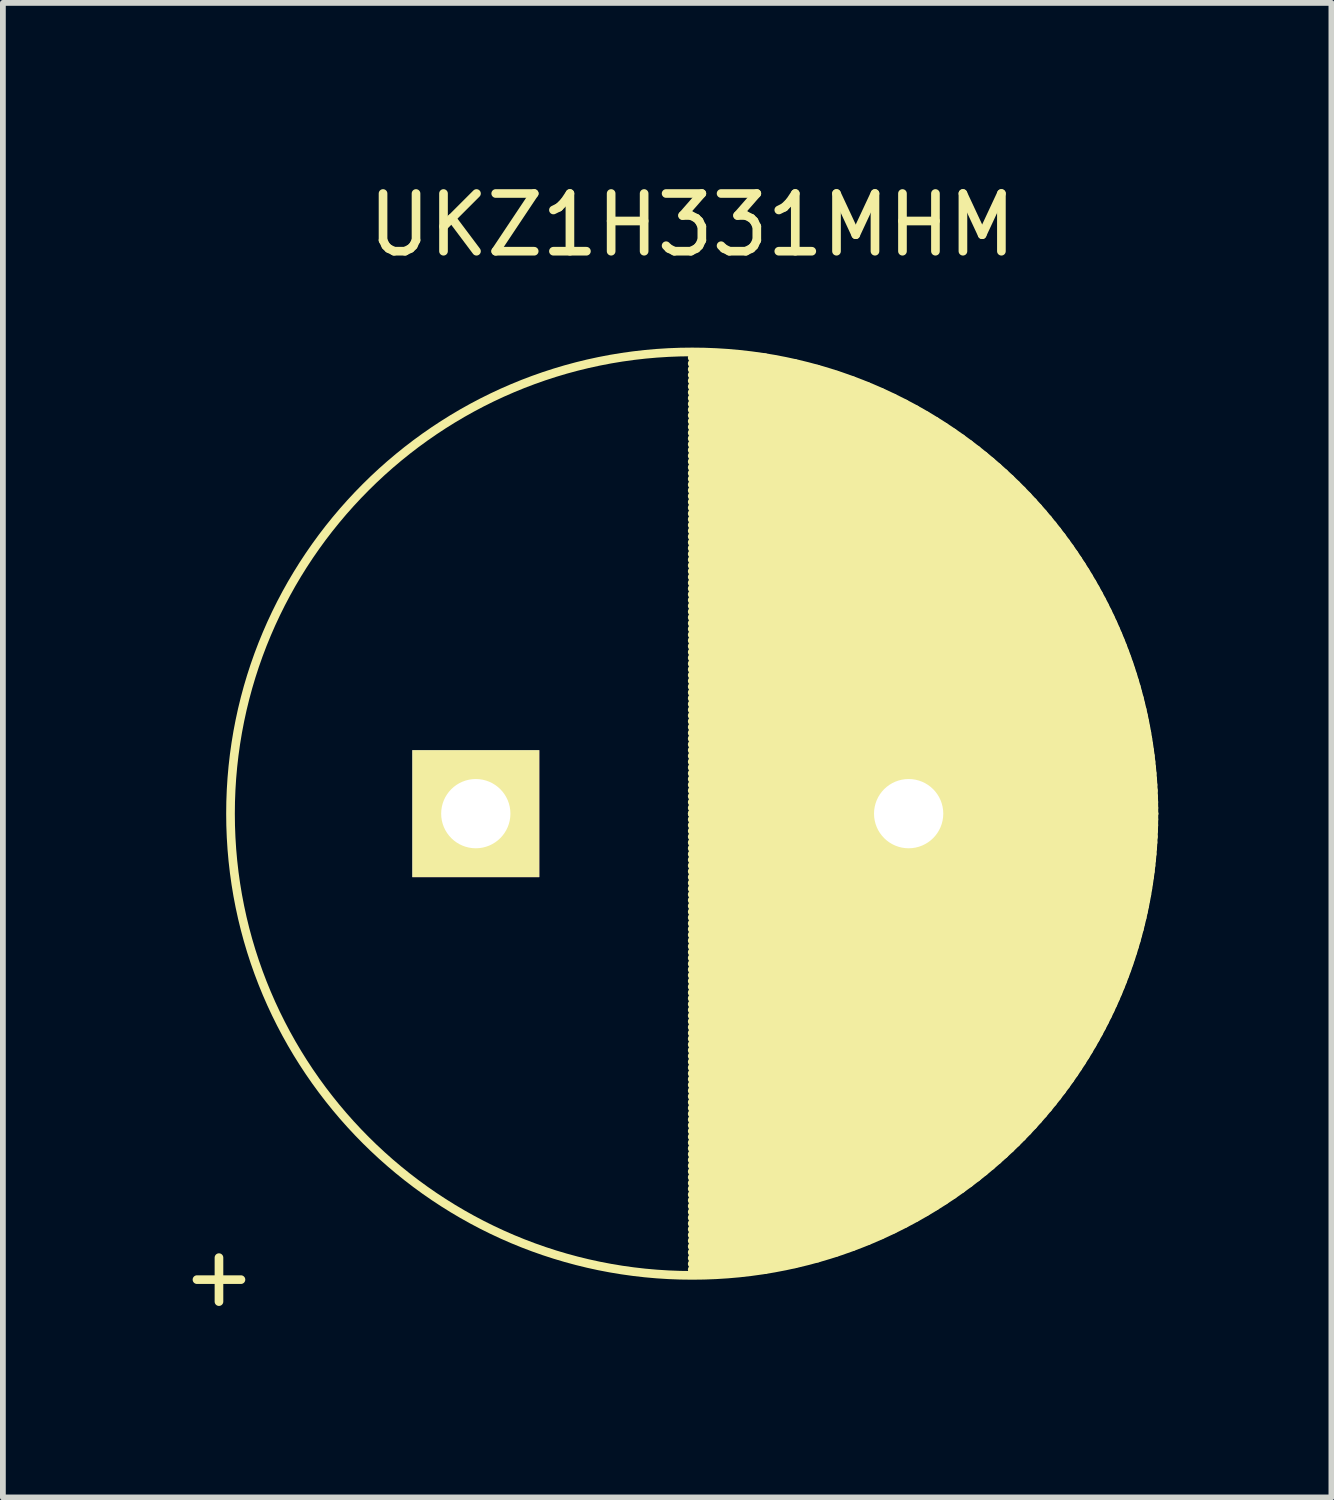
<source format=kicad_pcb>
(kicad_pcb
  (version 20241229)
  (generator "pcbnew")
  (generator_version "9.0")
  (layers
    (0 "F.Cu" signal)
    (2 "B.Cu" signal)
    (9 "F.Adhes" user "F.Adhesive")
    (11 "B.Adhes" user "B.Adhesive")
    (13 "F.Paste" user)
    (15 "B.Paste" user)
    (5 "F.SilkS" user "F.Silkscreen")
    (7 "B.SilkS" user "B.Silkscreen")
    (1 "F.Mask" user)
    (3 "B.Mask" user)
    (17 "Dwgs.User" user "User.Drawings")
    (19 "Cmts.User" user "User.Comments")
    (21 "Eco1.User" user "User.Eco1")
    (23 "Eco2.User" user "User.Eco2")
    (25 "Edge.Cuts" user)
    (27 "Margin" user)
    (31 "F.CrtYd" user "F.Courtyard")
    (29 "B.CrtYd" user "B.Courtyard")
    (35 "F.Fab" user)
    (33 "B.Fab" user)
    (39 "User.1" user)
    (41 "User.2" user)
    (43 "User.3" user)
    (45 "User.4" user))
  (footprint "UKZ1H331MHM"
    (layer "F.Cu")
    (at 5.194 11.048)
    (property "Reference" "UKZ1H331MHM" (at 3.75 -10.2 0) (layer "F.SilkS") (effects (font (size 1 1) (thickness 0.15))))
    (attr through_hole)
    (fp_line (start 3.75 -7.9) (end 5.011 -7.9) (stroke (width 0.15) (type solid)) (layer "F.SilkS"))
    (fp_line (start 3.75 -7.8) (end 5.528 -7.8) (stroke (width 0.15) (type solid)) (layer "F.SilkS"))
    (fp_line (start 3.75 -7.7) (end 5.92 -7.7) (stroke (width 0.15) (type solid)) (layer "F.SilkS"))
    (fp_line (start 3.75 -7.6) (end 6.248 -7.6) (stroke (width 0.15) (type solid)) (layer "F.SilkS"))
    (fp_line (start 3.75 -7.5) (end 6.534 -7.5) (stroke (width 0.15) (type solid)) (layer "F.SilkS"))
    (fp_line (start 3.75 -7.4) (end 6.79 -7.4) (stroke (width 0.15) (type solid)) (layer "F.SilkS"))
    (fp_line (start 3.75 -7.3) (end 7.023 -7.3) (stroke (width 0.15) (type solid)) (layer "F.SilkS"))
    (fp_line (start 3.75 -7.2) (end 7.237 -7.2) (stroke (width 0.15) (type solid)) (layer "F.SilkS"))
    (fp_line (start 3.75 -7.1) (end 7.436 -7.1) (stroke (width 0.15) (type solid)) (layer "F.SilkS"))
    (fp_line (start 3.75 -7) (end 7.623 -7) (stroke (width 0.15) (type solid)) (layer "F.SilkS"))
    (fp_line (start 3.75 -6.9) (end 7.798 -6.9) (stroke (width 0.15) (type solid)) (layer "F.SilkS"))
    (fp_line (start 3.75 -6.8) (end 7.964 -6.8) (stroke (width 0.15) (type solid)) (layer "F.SilkS"))
    (fp_line (start 3.75 -6.7) (end 8.121 -6.7) (stroke (width 0.15) (type solid)) (layer "F.SilkS"))
    (fp_line (start 3.75 -6.6) (end 8.271 -6.6) (stroke (width 0.15) (type solid)) (layer "F.SilkS"))
    (fp_line (start 3.75 -6.5) (end 8.414 -6.5) (stroke (width 0.15) (type solid)) (layer "F.SilkS"))
    (fp_line (start 3.75 -6.4) (end 8.55 -6.4) (stroke (width 0.15) (type solid)) (layer "F.SilkS"))
    (fp_line (start 3.75 -6.3) (end 8.681 -6.3) (stroke (width 0.15) (type solid)) (layer "F.SilkS"))
    (fp_line (start 3.75 -6.2) (end 8.806 -6.2) (stroke (width 0.15) (type solid)) (layer "F.SilkS"))
    (fp_line (start 3.75 -6.1) (end 8.926 -6.1) (stroke (width 0.15) (type solid)) (layer "F.SilkS"))
    (fp_line (start 3.75 -6) (end 9.042 -6) (stroke (width 0.15) (type solid)) (layer "F.SilkS"))
    (fp_line (start 3.75 -5.9) (end 9.153 -5.9) (stroke (width 0.15) (type solid)) (layer "F.SilkS"))
    (fp_line (start 3.75 -5.8) (end 9.26 -5.8) (stroke (width 0.15) (type solid)) (layer "F.SilkS"))
    (fp_line (start 3.75 -5.7) (end 9.363 -5.7) (stroke (width 0.15) (type solid)) (layer "F.SilkS"))
    (fp_line (start 3.75 -5.6) (end 9.463 -5.6) (stroke (width 0.15) (type solid)) (layer "F.SilkS"))
    (fp_line (start 3.75 -5.5) (end 9.559 -5.5) (stroke (width 0.15) (type solid)) (layer "F.SilkS"))
    (fp_line (start 3.75 -5.4) (end 9.653 -5.4) (stroke (width 0.15) (type solid)) (layer "F.SilkS"))
    (fp_line (start 3.75 -5.3) (end 9.742 -5.3) (stroke (width 0.15) (type solid)) (layer "F.SilkS"))
    (fp_line (start 3.75 -5.2) (end 9.829 -5.2) (stroke (width 0.15) (type solid)) (layer "F.SilkS"))
    (fp_line (start 3.75 -5.1) (end 9.914 -5.1) (stroke (width 0.15) (type solid)) (layer "F.SilkS"))
    (fp_line (start 3.75 -5) (end 9.995 -5) (stroke (width 0.15) (type solid)) (layer "F.SilkS"))
    (fp_line (start 3.75 -4.9) (end 10.074 -4.9) (stroke (width 0.15) (type solid)) (layer "F.SilkS"))
    (fp_line (start 3.75 -4.8) (end 10.15 -4.8) (stroke (width 0.15) (type solid)) (layer "F.SilkS"))
    (fp_line (start 3.75 -4.7) (end 10.224 -4.7) (stroke (width 0.15) (type solid)) (layer "F.SilkS"))
    (fp_line (start 3.75 -4.6) (end 10.295 -4.6) (stroke (width 0.15) (type solid)) (layer "F.SilkS"))
    (fp_line (start 3.75 -4.5) (end 10.364 -4.5) (stroke (width 0.15) (type solid)) (layer "F.SilkS"))
    (fp_line (start 3.75 -4.4) (end 10.431 -4.4) (stroke (width 0.15) (type solid)) (layer "F.SilkS"))
    (fp_line (start 3.75 -4.3) (end 10.496 -4.3) (stroke (width 0.15) (type solid)) (layer "F.SilkS"))
    (fp_line (start 3.75 -4.2) (end 10.559 -4.2) (stroke (width 0.15) (type solid)) (layer "F.SilkS"))
    (fp_line (start 3.75 -4.1) (end 10.619 -4.1) (stroke (width 0.15) (type solid)) (layer "F.SilkS"))
    (fp_line (start 3.75 -4) (end 10.678 -4) (stroke (width 0.15) (type solid)) (layer "F.SilkS"))
    (fp_line (start 3.75 -3.9) (end 10.735 -3.9) (stroke (width 0.15) (type solid)) (layer "F.SilkS"))
    (fp_line (start 3.75 -3.8) (end 10.79 -3.8) (stroke (width 0.15) (type solid)) (layer "F.SilkS"))
    (fp_line (start 3.75 -3.7) (end 10.843 -3.7) (stroke (width 0.15) (type solid)) (layer "F.SilkS"))
    (fp_line (start 3.75 -3.6) (end 10.894 -3.6) (stroke (width 0.15) (type solid)) (layer "F.SilkS"))
    (fp_line (start 3.75 -3.5) (end 10.944 -3.5) (stroke (width 0.15) (type solid)) (layer "F.SilkS"))
    (fp_line (start 3.75 -3.4) (end 10.992 -3.4) (stroke (width 0.15) (type solid)) (layer "F.SilkS"))
    (fp_line (start 3.75 -3.3) (end 11.038 -3.3) (stroke (width 0.15) (type solid)) (layer "F.SilkS"))
    (fp_line (start 3.75 -3.2) (end 11.082 -3.2) (stroke (width 0.15) (type solid)) (layer "F.SilkS"))
    (fp_line (start 3.75 -3.1) (end 11.125 -3.1) (stroke (width 0.15) (type solid)) (layer "F.SilkS"))
    (fp_line (start 3.75 -3) (end 11.166 -3) (stroke (width 0.15) (type solid)) (layer "F.SilkS"))
    (fp_line (start 3.75 -2.9) (end 11.206 -2.9) (stroke (width 0.15) (type solid)) (layer "F.SilkS"))
    (fp_line (start 3.75 -2.8) (end 11.244 -2.8) (stroke (width 0.15) (type solid)) (layer "F.SilkS"))
    (fp_line (start 3.75 -2.7) (end 11.281 -2.7) (stroke (width 0.15) (type solid)) (layer "F.SilkS"))
    (fp_line (start 3.75 -2.6) (end 11.316 -2.6) (stroke (width 0.15) (type solid)) (layer "F.SilkS"))
    (fp_line (start 3.75 -2.5) (end 11.349 -2.5) (stroke (width 0.15) (type solid)) (layer "F.SilkS"))
    (fp_line (start 3.75 -2.4) (end 11.382 -2.4) (stroke (width 0.15) (type solid)) (layer "F.SilkS"))
    (fp_line (start 3.75 -2.3) (end 11.412 -2.3) (stroke (width 0.15) (type solid)) (layer "F.SilkS"))
    (fp_line (start 3.75 -2.2) (end 11.442 -2.2) (stroke (width 0.15) (type solid)) (layer "F.SilkS"))
    (fp_line (start 3.75 -2.1) (end 11.469 -2.1) (stroke (width 0.15) (type solid)) (layer "F.SilkS"))
    (fp_line (start 3.75 -2) (end 11.496 -2) (stroke (width 0.15) (type solid)) (layer "F.SilkS"))
    (fp_line (start 3.75 -1.9) (end 11.521 -1.9) (stroke (width 0.15) (type solid)) (layer "F.SilkS"))
    (fp_line (start 3.75 -1.8) (end 11.545 -1.8) (stroke (width 0.15) (type solid)) (layer "F.SilkS"))
    (fp_line (start 3.75 -1.7) (end 11.567 -1.7) (stroke (width 0.15) (type solid)) (layer "F.SilkS"))
    (fp_line (start 3.75 -1.6) (end 11.588 -1.6) (stroke (width 0.15) (type solid)) (layer "F.SilkS"))
    (fp_line (start 3.75 -1.5) (end 11.608 -1.5) (stroke (width 0.15) (type solid)) (layer "F.SilkS"))
    (fp_line (start 3.75 -1.4) (end 11.627 -1.4) (stroke (width 0.15) (type solid)) (layer "F.SilkS"))
    (fp_line (start 3.75 -1.3) (end 11.644 -1.3) (stroke (width 0.15) (type solid)) (layer "F.SilkS"))
    (fp_line (start 3.75 -1.2) (end 11.659 -1.2) (stroke (width 0.15) (type solid)) (layer "F.SilkS"))
    (fp_line (start 3.75 -1.1) (end 11.674 -1.1) (stroke (width 0.15) (type solid)) (layer "F.SilkS"))
    (fp_line (start 3.75 -1) (end 11.687 -1) (stroke (width 0.15) (type solid)) (layer "F.SilkS"))
    (fp_line (start 3.75 -0.9) (end 11.699 -0.9) (stroke (width 0.15) (type solid)) (layer "F.SilkS"))
    (fp_line (start 3.75 -0.8) (end 11.71 -0.8) (stroke (width 0.15) (type solid)) (layer "F.SilkS"))
    (fp_line (start 3.75 -0.7) (end 11.719 -0.7) (stroke (width 0.15) (type solid)) (layer "F.SilkS"))
    (fp_line (start 3.75 -0.6) (end 11.727 -0.6) (stroke (width 0.15) (type solid)) (layer "F.SilkS"))
    (fp_line (start 3.75 -0.5) (end 11.734 -0.5) (stroke (width 0.15) (type solid)) (layer "F.SilkS"))
    (fp_line (start 3.75 -0.4) (end 11.74 -0.4) (stroke (width 0.15) (type solid)) (layer "F.SilkS"))
    (fp_line (start 3.75 -0.3) (end 11.744 -0.3) (stroke (width 0.15) (type solid)) (layer "F.SilkS"))
    (fp_line (start 3.75 -0.2) (end 11.748 -0.2) (stroke (width 0.15) (type solid)) (layer "F.SilkS"))
    (fp_line (start 3.75 -0.1) (end 11.749 -0.1) (stroke (width 0.15) (type solid)) (layer "F.SilkS"))
    (fp_line (start 3.75 0) (end 11.75 0) (stroke (width 0.15) (type solid)) (layer "F.SilkS"))
    (fp_line (start 3.75 0) (end 11.75 0) (stroke (width 0.15) (type solid)) (layer "F.SilkS"))
    (fp_line (start 3.75 0.1) (end 11.749 0.1) (stroke (width 0.15) (type solid)) (layer "F.SilkS"))
    (fp_line (start 3.75 0.2) (end 11.748 0.2) (stroke (width 0.15) (type solid)) (layer "F.SilkS"))
    (fp_line (start 3.75 0.3) (end 11.744 0.3) (stroke (width 0.15) (type solid)) (layer "F.SilkS"))
    (fp_line (start 3.75 0.4) (end 11.74 0.4) (stroke (width 0.15) (type solid)) (layer "F.SilkS"))
    (fp_line (start 3.75 0.5) (end 11.734 0.5) (stroke (width 0.15) (type solid)) (layer "F.SilkS"))
    (fp_line (start 3.75 0.6) (end 11.727 0.6) (stroke (width 0.15) (type solid)) (layer "F.SilkS"))
    (fp_line (start 3.75 0.7) (end 11.719 0.7) (stroke (width 0.15) (type solid)) (layer "F.SilkS"))
    (fp_line (start 3.75 0.8) (end 11.71 0.8) (stroke (width 0.15) (type solid)) (layer "F.SilkS"))
    (fp_line (start 3.75 0.9) (end 11.699 0.9) (stroke (width 0.15) (type solid)) (layer "F.SilkS"))
    (fp_line (start 3.75 1) (end 11.687 1) (stroke (width 0.15) (type solid)) (layer "F.SilkS"))
    (fp_line (start 3.75 1.1) (end 11.674 1.1) (stroke (width 0.15) (type solid)) (layer "F.SilkS"))
    (fp_line (start 3.75 1.2) (end 11.659 1.2) (stroke (width 0.15) (type solid)) (layer "F.SilkS"))
    (fp_line (start 3.75 1.3) (end 11.644 1.3) (stroke (width 0.15) (type solid)) (layer "F.SilkS"))
    (fp_line (start 3.75 1.4) (end 11.627 1.4) (stroke (width 0.15) (type solid)) (layer "F.SilkS"))
    (fp_line (start 3.75 1.5) (end 11.608 1.5) (stroke (width 0.15) (type solid)) (layer "F.SilkS"))
    (fp_line (start 3.75 1.6) (end 11.588 1.6) (stroke (width 0.15) (type solid)) (layer "F.SilkS"))
    (fp_line (start 3.75 1.7) (end 11.567 1.7) (stroke (width 0.15) (type solid)) (layer "F.SilkS"))
    (fp_line (start 3.75 1.8) (end 11.545 1.8) (stroke (width 0.15) (type solid)) (layer "F.SilkS"))
    (fp_line (start 3.75 1.9) (end 11.521 1.9) (stroke (width 0.15) (type solid)) (layer "F.SilkS"))
    (fp_line (start 3.75 2) (end 11.496 2) (stroke (width 0.15) (type solid)) (layer "F.SilkS"))
    (fp_line (start 3.75 2.1) (end 11.469 2.1) (stroke (width 0.15) (type solid)) (layer "F.SilkS"))
    (fp_line (start 3.75 2.2) (end 11.442 2.2) (stroke (width 0.15) (type solid)) (layer "F.SilkS"))
    (fp_line (start 3.75 2.3) (end 11.412 2.3) (stroke (width 0.15) (type solid)) (layer "F.SilkS"))
    (fp_line (start 3.75 2.4) (end 11.382 2.4) (stroke (width 0.15) (type solid)) (layer "F.SilkS"))
    (fp_line (start 3.75 2.5) (end 11.349 2.5) (stroke (width 0.15) (type solid)) (layer "F.SilkS"))
    (fp_line (start 3.75 2.6) (end 11.316 2.6) (stroke (width 0.15) (type solid)) (layer "F.SilkS"))
    (fp_line (start 3.75 2.7) (end 11.281 2.7) (stroke (width 0.15) (type solid)) (layer "F.SilkS"))
    (fp_line (start 3.75 2.8) (end 11.244 2.8) (stroke (width 0.15) (type solid)) (layer "F.SilkS"))
    (fp_line (start 3.75 2.9) (end 11.206 2.9) (stroke (width 0.15) (type solid)) (layer "F.SilkS"))
    (fp_line (start 3.75 3) (end 11.166 3) (stroke (width 0.15) (type solid)) (layer "F.SilkS"))
    (fp_line (start 3.75 3.1) (end 11.125 3.1) (stroke (width 0.15) (type solid)) (layer "F.SilkS"))
    (fp_line (start 3.75 3.2) (end 11.082 3.2) (stroke (width 0.15) (type solid)) (layer "F.SilkS"))
    (fp_line (start 3.75 3.3) (end 11.038 3.3) (stroke (width 0.15) (type solid)) (layer "F.SilkS"))
    (fp_line (start 3.75 3.4) (end 10.992 3.4) (stroke (width 0.15) (type solid)) (layer "F.SilkS"))
    (fp_line (start 3.75 3.5) (end 10.944 3.5) (stroke (width 0.15) (type solid)) (layer "F.SilkS"))
    (fp_line (start 3.75 3.6) (end 10.894 3.6) (stroke (width 0.15) (type solid)) (layer "F.SilkS"))
    (fp_line (start 3.75 3.7) (end 10.843 3.7) (stroke (width 0.15) (type solid)) (layer "F.SilkS"))
    (fp_line (start 3.75 3.8) (end 10.79 3.8) (stroke (width 0.15) (type solid)) (layer "F.SilkS"))
    (fp_line (start 3.75 3.9) (end 10.735 3.9) (stroke (width 0.15) (type solid)) (layer "F.SilkS"))
    (fp_line (start 3.75 4) (end 10.678 4) (stroke (width 0.15) (type solid)) (layer "F.SilkS"))
    (fp_line (start 3.75 4.1) (end 10.619 4.1) (stroke (width 0.15) (type solid)) (layer "F.SilkS"))
    (fp_line (start 3.75 4.2) (end 10.559 4.2) (stroke (width 0.15) (type solid)) (layer "F.SilkS"))
    (fp_line (start 3.75 4.3) (end 10.496 4.3) (stroke (width 0.15) (type solid)) (layer "F.SilkS"))
    (fp_line (start 3.75 4.4) (end 10.431 4.4) (stroke (width 0.15) (type solid)) (layer "F.SilkS"))
    (fp_line (start 3.75 4.5) (end 10.364 4.5) (stroke (width 0.15) (type solid)) (layer "F.SilkS"))
    (fp_line (start 3.75 4.6) (end 10.295 4.6) (stroke (width 0.15) (type solid)) (layer "F.SilkS"))
    (fp_line (start 3.75 4.7) (end 10.224 4.7) (stroke (width 0.15) (type solid)) (layer "F.SilkS"))
    (fp_line (start 3.75 4.8) (end 10.15 4.8) (stroke (width 0.15) (type solid)) (layer "F.SilkS"))
    (fp_line (start 3.75 4.9) (end 10.074 4.9) (stroke (width 0.15) (type solid)) (layer "F.SilkS"))
    (fp_line (start 3.75 5) (end 9.995 5) (stroke (width 0.15) (type solid)) (layer "F.SilkS"))
    (fp_line (start 3.75 5.1) (end 9.914 5.1) (stroke (width 0.15) (type solid)) (layer "F.SilkS"))
    (fp_line (start 3.75 5.2) (end 9.829 5.2) (stroke (width 0.15) (type solid)) (layer "F.SilkS"))
    (fp_line (start 3.75 5.3) (end 9.742 5.3) (stroke (width 0.15) (type solid)) (layer "F.SilkS"))
    (fp_line (start 3.75 5.4) (end 9.653 5.4) (stroke (width 0.15) (type solid)) (layer "F.SilkS"))
    (fp_line (start 3.75 5.5) (end 9.559 5.5) (stroke (width 0.15) (type solid)) (layer "F.SilkS"))
    (fp_line (start 3.75 5.6) (end 9.463 5.6) (stroke (width 0.15) (type solid)) (layer "F.SilkS"))
    (fp_line (start 3.75 5.7) (end 9.363 5.7) (stroke (width 0.15) (type solid)) (layer "F.SilkS"))
    (fp_line (start 3.75 5.8) (end 9.26 5.8) (stroke (width 0.15) (type solid)) (layer "F.SilkS"))
    (fp_line (start 3.75 5.9) (end 9.153 5.9) (stroke (width 0.15) (type solid)) (layer "F.SilkS"))
    (fp_line (start 3.75 6) (end 9.042 6) (stroke (width 0.15) (type solid)) (layer "F.SilkS"))
    (fp_line (start 3.75 6.1) (end 8.926 6.1) (stroke (width 0.15) (type solid)) (layer "F.SilkS"))
    (fp_line (start 3.75 6.2) (end 8.806 6.2) (stroke (width 0.15) (type solid)) (layer "F.SilkS"))
    (fp_line (start 3.75 6.3) (end 8.681 6.3) (stroke (width 0.15) (type solid)) (layer "F.SilkS"))
    (fp_line (start 3.75 6.4) (end 8.55 6.4) (stroke (width 0.15) (type solid)) (layer "F.SilkS"))
    (fp_line (start 3.75 6.5) (end 8.414 6.5) (stroke (width 0.15) (type solid)) (layer "F.SilkS"))
    (fp_line (start 3.75 6.6) (end 8.271 6.6) (stroke (width 0.15) (type solid)) (layer "F.SilkS"))
    (fp_line (start 3.75 6.7) (end 8.121 6.7) (stroke (width 0.15) (type solid)) (layer "F.SilkS"))
    (fp_line (start 3.75 6.8) (end 7.964 6.8) (stroke (width 0.15) (type solid)) (layer "F.SilkS"))
    (fp_line (start 3.75 6.9) (end 7.798 6.9) (stroke (width 0.15) (type solid)) (layer "F.SilkS"))
    (fp_line (start 3.75 7) (end 7.623 7) (stroke (width 0.15) (type solid)) (layer "F.SilkS"))
    (fp_line (start 3.75 7.1) (end 7.436 7.1) (stroke (width 0.15) (type solid)) (layer "F.SilkS"))
    (fp_line (start 3.75 7.2) (end 7.237 7.2) (stroke (width 0.15) (type solid)) (layer "F.SilkS"))
    (fp_line (start 3.75 7.3) (end 7.023 7.3) (stroke (width 0.15) (type solid)) (layer "F.SilkS"))
    (fp_line (start 3.75 7.4) (end 6.79 7.4) (stroke (width 0.15) (type solid)) (layer "F.SilkS"))
    (fp_line (start 3.75 7.5) (end 6.534 7.5) (stroke (width 0.15) (type solid)) (layer "F.SilkS"))
    (fp_line (start 3.75 7.6) (end 6.248 7.6) (stroke (width 0.15) (type solid)) (layer "F.SilkS"))
    (fp_line (start 3.75 7.7) (end 5.92 7.7) (stroke (width 0.15) (type solid)) (layer "F.SilkS"))
    (fp_line (start 3.75 7.8) (end 5.528 7.8) (stroke (width 0.15) (type solid)) (layer "F.SilkS"))
    (fp_line (start 3.75 7.9) (end 5.011 7.9) (stroke (width 0.15) (type solid)) (layer "F.SilkS"))
    (fp_circle (center 3.75 0) (end 3.75 -8) (stroke (width 0.15) (type solid)) (fill no) (layer "F.SilkS"))
    (fp_text user "+" (at -4.45 8 0) (layer "F.SilkS") (effects (font (size 1 1) (thickness 0.15))))
    (pad "1" thru_hole rect (at 0 0) (size 2.2 2.2) (drill 1.2) (layers "*.Cu" "*.Mask" "F.SilkS"))
    (pad "2" thru_hole circle (at 7.5 0) (size 2.2 2.2) (drill 1.2) (layers "*.Cu" "*.Mask" "F.SilkS")))
  (gr_rect
    (start -3 -3)
    (end 20.019 22.896)
    (stroke (width 0.1) (type default))
    (fill no)
    (layer "Edge.Cuts")))
</source>
